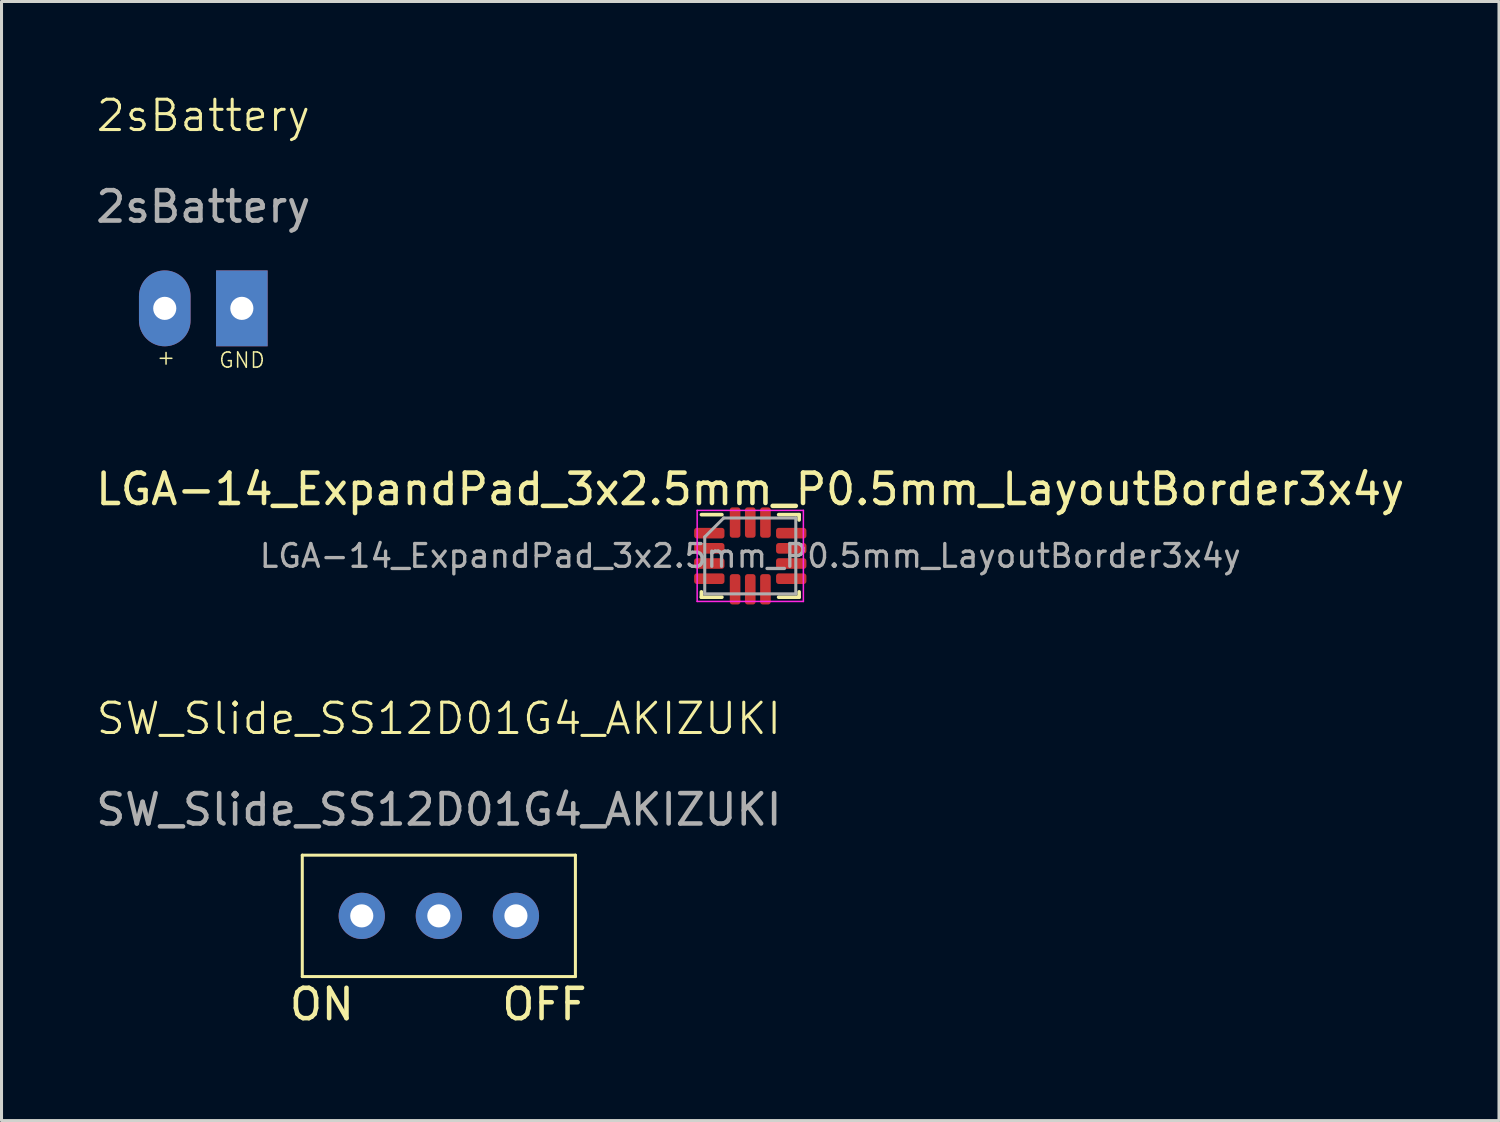
<source format=kicad_pcb>
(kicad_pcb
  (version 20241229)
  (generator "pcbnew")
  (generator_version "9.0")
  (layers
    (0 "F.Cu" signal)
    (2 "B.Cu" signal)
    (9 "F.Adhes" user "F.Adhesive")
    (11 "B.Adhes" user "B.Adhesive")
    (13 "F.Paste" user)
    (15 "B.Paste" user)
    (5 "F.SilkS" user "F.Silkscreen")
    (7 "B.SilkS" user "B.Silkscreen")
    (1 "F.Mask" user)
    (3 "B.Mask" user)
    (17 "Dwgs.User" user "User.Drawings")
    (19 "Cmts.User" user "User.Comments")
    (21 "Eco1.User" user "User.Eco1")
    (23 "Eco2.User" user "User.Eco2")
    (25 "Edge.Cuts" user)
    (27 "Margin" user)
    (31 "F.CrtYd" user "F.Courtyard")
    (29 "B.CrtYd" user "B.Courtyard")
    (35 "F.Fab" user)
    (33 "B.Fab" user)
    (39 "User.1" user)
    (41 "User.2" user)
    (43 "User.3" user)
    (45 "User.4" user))
  (footprint "SW_Slide_SS12D01G4_AKIZUKI"
    (layer "F.Cu")
    (at 11.411 27.13)
    (property "Reference" "SW_Slide_SS12D01G4_AKIZUKI" (at 0 -6.5 0) (unlocked yes) (layer "F.SilkS") (effects (font (size 1 1) (thickness 0.1))))
    (attr through_hole)
    (fp_line (start -4.5 -2) (end -4.5 2) (stroke (width 0.1) (type default)) (layer "F.SilkS"))
    (fp_line (start -4.5 2) (end 4.5 2) (stroke (width 0.1) (type default)) (layer "F.SilkS"))
    (fp_line (start 4.5 -2) (end -4.5 -2) (stroke (width 0.1) (type default)) (layer "F.SilkS"))
    (fp_line (start 4.5 2) (end 4.5 -2) (stroke (width 0.1) (type default)) (layer "F.SilkS"))
    (fp_text user "ON" (at -5 3.5 0) (unlocked yes) (layer "F.SilkS") (effects (font (size 1 1) (thickness 0.15)) (justify left bottom)))
    (fp_text user "OFF" (at 2 3.5 0) (unlocked yes) (layer "F.SilkS") (effects (font (size 1 1) (thickness 0.15)) (justify left bottom)))
    (fp_text user "${REFERENCE}" (at 0 -3.5 0) (unlocked yes) (layer "F.Fab") (effects (font (size 1 1) (thickness 0.15))))
    (pad "1" thru_hole circle (at -2.54 0) (size 1.524 1.524) (drill 0.762) (layers "*.Cu" "*.Mask"))
    (pad "2" thru_hole circle (at 0 0) (size 1.524 1.524) (drill 0.762) (layers "*.Cu" "*.Mask"))
    (pad "3" thru_hole circle (at 2.54 0) (size 1.524 1.524) (drill 0.762) (layers "*.Cu" "*.Mask")))
  (footprint "LGA-14_ExpandPad_3x2.5mm_P0.5mm_LayoutBorder3x4y"
    (layer "F.Cu")
    (at 21.673 15.269)
    (property "Reference" "LGA-14_ExpandPad_3x2.5mm_P0.5mm_LayoutBorder3x4y" (at 0 -2.2 0) (layer "F.SilkS") (effects (font (size 1 1) (thickness 0.15))))
    (attr smd)
    (fp_line (start -1.61 1.36) (end -1.61 1.185) (stroke (width 0.12) (type solid)) (layer "F.SilkS"))
    (fp_line (start -0.935 -1.36) (end -1.61 -1.36) (stroke (width 0.12) (type solid)) (layer "F.SilkS"))
    (fp_line (start -0.935 1.36) (end -1.61 1.36) (stroke (width 0.12) (type solid)) (layer "F.SilkS"))
    (fp_line (start 0.935 -1.36) (end 1.61 -1.36) (stroke (width 0.12) (type solid)) (layer "F.SilkS"))
    (fp_line (start 0.935 1.36) (end 1.61 1.36) (stroke (width 0.12) (type solid)) (layer "F.SilkS"))
    (fp_line (start 1.61 -1.36) (end 1.61 -1.185) (stroke (width 0.12) (type solid)) (layer "F.SilkS"))
    (fp_line (start 1.61 1.36) (end 1.61 1.185) (stroke (width 0.12) (type solid)) (layer "F.SilkS"))
    (fp_line (start -1.75 -1.5) (end -1.75 1.5) (stroke (width 0.05) (type solid)) (layer "F.CrtYd"))
    (fp_line (start -1.75 1.5) (end 1.75 1.5) (stroke (width 0.05) (type solid)) (layer "F.CrtYd"))
    (fp_line (start 1.75 -1.5) (end -1.75 -1.5) (stroke (width 0.05) (type solid)) (layer "F.CrtYd"))
    (fp_line (start 1.75 1.5) (end 1.75 -1.5) (stroke (width 0.05) (type solid)) (layer "F.CrtYd"))
    (fp_line (start -1.5 -0.625) (end -0.875 -1.25) (stroke (width 0.1) (type solid)) (layer "F.Fab"))
    (fp_line (start -1.5 1.25) (end -1.5 -0.625) (stroke (width 0.1) (type solid)) (layer "F.Fab"))
    (fp_line (start -0.875 -1.25) (end 1.5 -1.25) (stroke (width 0.1) (type solid)) (layer "F.Fab"))
    (fp_line (start 1.5 -1.25) (end 1.5 1.25) (stroke (width 0.1) (type solid)) (layer "F.Fab"))
    (fp_line (start 1.5 1.25) (end -1.5 1.25) (stroke (width 0.1) (type solid)) (layer "F.Fab"))
    (fp_text user "${REFERENCE}" (at 0 0 0) (layer "F.Fab") (effects (font (size 0.75 0.75) (thickness 0.11))))
    (pad "1" smd roundrect (at -1.35 -0.75) (size 1 0.35) (layers "F.Cu" "F.Mask" "F.Paste") (roundrect_rratio 0.25))
    (pad "2" smd roundrect (at -1.35 -0.25) (size 1 0.35) (layers "F.Cu" "F.Mask" "F.Paste") (roundrect_rratio 0.25))
    (pad "3" smd roundrect (at -1.35 0.25) (size 1 0.35) (layers "F.Cu" "F.Mask" "F.Paste") (roundrect_rratio 0.25))
    (pad "4" smd roundrect (at -1.35 0.75) (size 1 0.35) (layers "F.Cu" "F.Mask" "F.Paste") (roundrect_rratio 0.25))
    (pad "5" smd roundrect (at -0.5 1.1) (size 0.35 1) (layers "F.Cu" "F.Mask" "F.Paste") (roundrect_rratio 0.25))
    (pad "6" smd roundrect (at 0 1.1) (size 0.35 1) (layers "F.Cu" "F.Mask" "F.Paste") (roundrect_rratio 0.25))
    (pad "7" smd roundrect (at 0.5 1.1) (size 0.35 1) (layers "F.Cu" "F.Mask" "F.Paste") (roundrect_rratio 0.25))
    (pad "8" smd roundrect (at 1.35 0.75) (size 1 0.35) (layers "F.Cu" "F.Mask" "F.Paste") (roundrect_rratio 0.25))
    (pad "9" smd roundrect (at 1.35 0.25) (size 1 0.35) (layers "F.Cu" "F.Mask" "F.Paste") (roundrect_rratio 0.25))
    (pad "10" smd roundrect (at 1.35 -0.25) (size 1 0.35) (layers "F.Cu" "F.Mask" "F.Paste") (roundrect_rratio 0.25))
    (pad "11" smd roundrect (at 1.35 -0.75) (size 1 0.35) (layers "F.Cu" "F.Mask" "F.Paste") (roundrect_rratio 0.25))
    (pad "12" smd roundrect (at 0.5 -1.1) (size 0.35 1) (layers "F.Cu" "F.Mask" "F.Paste") (roundrect_rratio 0.25))
    (pad "13" smd roundrect (at 0 -1.1) (size 0.35 1) (layers "F.Cu" "F.Mask" "F.Paste") (roundrect_rratio 0.25))
    (pad "14" smd roundrect (at -0.5 -1.1) (size 0.35 1) (layers "F.Cu" "F.Mask" "F.Paste") (roundrect_rratio 0.25)))
  (footprint "2sBattery"
    (layer "F.Cu")
    (at 3.649 7.111)
    (property "Reference" "2sBattery" (at 0 -6.35 0) (unlocked yes) (layer "F.SilkS") (effects (font (size 1 1) (thickness 0.1))))
    (attr through_hole)
    (fp_text user "+" (at -1.57 1.9 0) (unlocked yes) (layer "F.SilkS") (effects (font (size 0.5 0.5) (thickness 0.05)) (justify left bottom)))
    (fp_text user "GND" (at 0.48 2 0) (unlocked yes) (layer "F.SilkS") (effects (font (size 0.5 0.5) (thickness 0.05)) (justify left bottom)))
    (fp_text user "${REFERENCE}" (at 0 -3.35 0) (unlocked yes) (layer "F.Fab") (effects (font (size 1 1) (thickness 0.15))))
    (pad "1" thru_hole oval (at -1.27 0) (size 1.7 2.5) (drill 0.762) (layers "*.Cu" "*.Mask"))
    (pad "2" thru_hole custom (at 1.27 0) (size 1.7 2.5) (drill 0.762) (layers "*.Cu" "*.Mask") (options (anchor rect)) (primitives)))
  (gr_rect
    (start -3 -3)
    (end 46.345 33.876)
    (stroke (width 0.1) (type default))
    (fill no)
    (layer "Edge.Cuts")))
</source>
